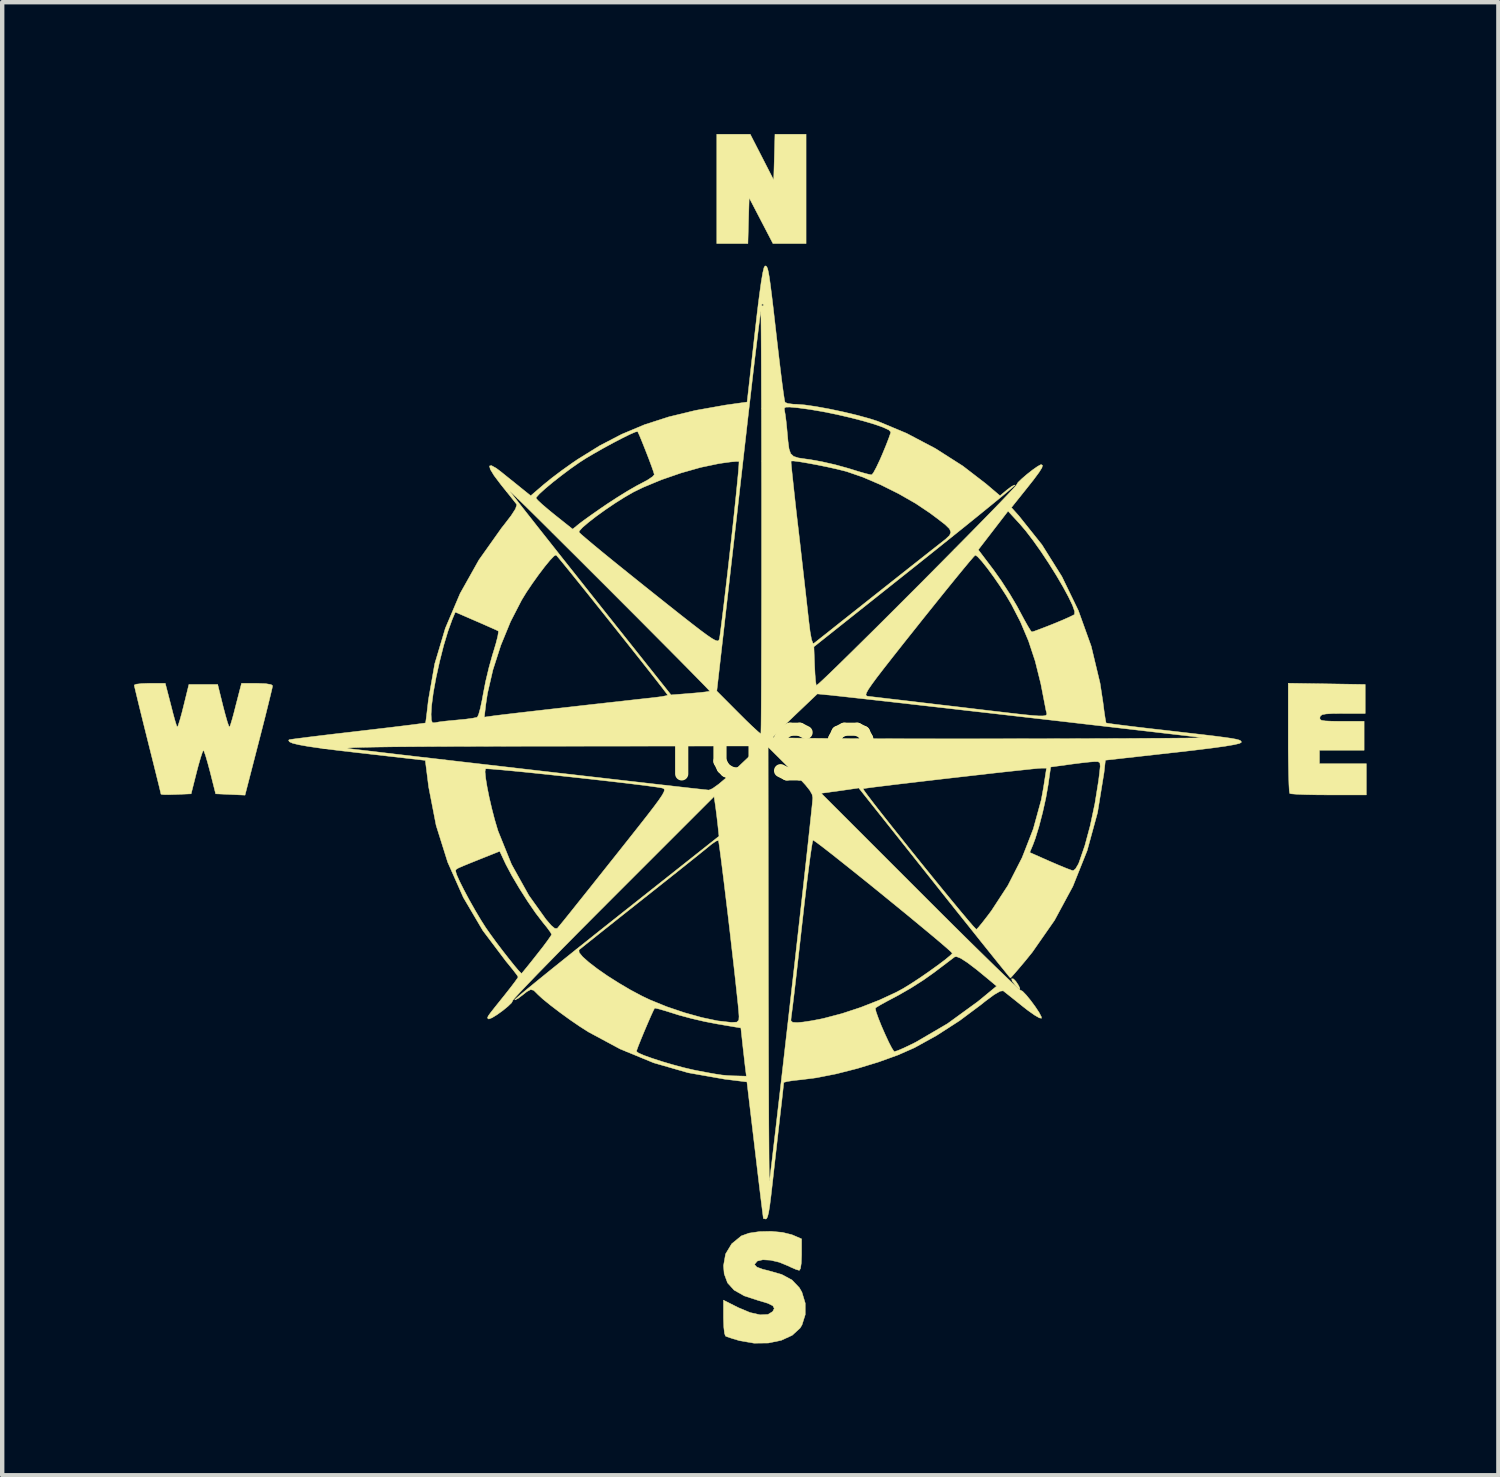
<source format=kicad_pcb>
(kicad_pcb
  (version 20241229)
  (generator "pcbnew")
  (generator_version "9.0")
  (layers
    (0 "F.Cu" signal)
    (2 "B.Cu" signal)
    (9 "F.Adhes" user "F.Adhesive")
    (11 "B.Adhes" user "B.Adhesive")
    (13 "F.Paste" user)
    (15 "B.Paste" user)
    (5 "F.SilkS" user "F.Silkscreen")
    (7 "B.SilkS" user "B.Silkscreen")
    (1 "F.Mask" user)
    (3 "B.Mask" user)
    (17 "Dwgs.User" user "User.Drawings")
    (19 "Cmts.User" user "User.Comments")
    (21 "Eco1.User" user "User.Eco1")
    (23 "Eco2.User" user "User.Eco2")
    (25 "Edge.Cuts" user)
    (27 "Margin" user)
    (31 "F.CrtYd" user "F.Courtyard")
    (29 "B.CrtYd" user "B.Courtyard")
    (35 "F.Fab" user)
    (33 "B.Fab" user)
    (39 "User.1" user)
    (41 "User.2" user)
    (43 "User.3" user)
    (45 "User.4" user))
  (footprint "rose"
    (layer "F.Cu")
    (at 14.533 13.873)
    (property "Reference" "rose" (at 0 0 0) (layer "F.SilkS") (effects (font (size 1.524 1.524) (thickness 0.3))))
    (attr through_hole)
    (fp_poly (pts (xy 5.477 5.354) (xy 5.486 5.359) (xy 5.537 5.412) (xy 5.591 5.493) (xy 5.626 5.564) (xy 5.623 5.588) (xy 5.578 5.555) (xy 5.52 5.495) (xy 5.454 5.407) (xy 5.438 5.352) (xy 5.477 5.354)) (stroke (width 0.01) (type solid)) (fill yes) (layer "F.SilkS"))
    (fp_poly (pts (xy 0.762 -13.868) (xy 0.762 -11.379) (xy 0.009 -11.379) (xy -0.533 -12.421) (xy -0.548 -11.9) (xy -0.562 -11.379) (xy -1.27 -11.379) (xy -1.27 -13.868) (xy -0.509 -13.868) (xy -0.242 -13.348) (xy 0.025 -12.827) (xy 0.04 -13.348) (xy 0.054 -13.868) (xy 0.408 -13.868) (xy 0.762 -13.868)) (stroke (width 0.01) (type solid)) (fill yes) (layer "F.SilkS"))
    (fp_poly (pts (xy 13.487 -1.346) (xy 13.487 -0.686) (xy 12.98 -0.686) (xy 12.746 -0.684) (xy 12.595 -0.675) (xy 12.508 -0.658) (xy 12.467 -0.628) (xy 12.456 -0.597) (xy 12.457 -0.556) (xy 12.492 -0.53) (xy 12.578 -0.516) (xy 12.733 -0.509) (xy 12.95 -0.508) (xy 13.462 -0.508) (xy 13.462 0.152) (xy 12.446 0.152) (xy 12.446 0.457) (xy 13.513 0.457) (xy 13.513 1.168) (xy 12.658 1.168) (xy 12.373 1.166) (xy 12.124 1.161) (xy 11.929 1.153) (xy 11.805 1.143) (xy 11.769 1.135) (xy 11.759 1.076) (xy 11.751 0.931) (xy 11.744 0.712) (xy 11.739 0.435) (xy 11.735 0.113) (xy 11.735 -0.137) (xy 11.735 -1.374) (xy 13.487 -1.346)) (stroke (width 0.01) (type solid)) (fill yes) (layer "F.SilkS"))
    (fp_poly (pts (xy 0.224 11.124) (xy 0.439 11.177) (xy 0.47 11.19) (xy 0.66 11.272) (xy 0.66 11.631) (xy 0.653 11.823) (xy 0.634 11.948) (xy 0.608 11.989) (xy 0.532 11.967) (xy 0.408 11.913) (xy 0.364 11.891) (xy 0.156 11.805) (xy -0.046 11.757) (xy -0.221 11.747) (xy -0.347 11.776) (xy -0.405 11.845) (xy -0.406 11.862) (xy -0.358 11.914) (xy -0.22 11.965) (xy -0.114 11.99) (xy 0.206 12.081) (xy 0.442 12.208) (xy 0.608 12.382) (xy 0.667 12.484) (xy 0.743 12.736) (xy 0.743 12.996) (xy 0.669 13.231) (xy 0.625 13.303) (xy 0.447 13.466) (xy 0.199 13.58) (xy -0.098 13.642) (xy -0.421 13.646) (xy -0.751 13.589) (xy -0.755 13.588) (xy -0.913 13.541) (xy -1.032 13.501) (xy -1.072 13.484) (xy -1.094 13.423) (xy -1.11 13.288) (xy -1.117 13.104) (xy -1.118 13.061) (xy -1.118 12.666) (xy -0.781 12.836) (xy -0.514 12.948) (xy -0.284 13) (xy -0.105 12.991) (xy 0.002 12.926) (xy 0.038 12.855) (xy 0.006 12.795) (xy -0.105 12.739) (xy -0.306 12.679) (xy -0.323 12.674) (xy -0.645 12.569) (xy -0.876 12.438) (xy -1.025 12.274) (xy -1.102 12.066) (xy -1.117 11.882) (xy -1.07 11.615) (xy -0.931 11.384) (xy -0.711 11.204) (xy -0.536 11.141) (xy -0.299 11.106) (xy -0.034 11.1) (xy 0.224 11.124)) (stroke (width 0.01) (type solid)) (fill yes) (layer "F.SilkS"))
    (fp_poly (pts (xy -13.772 -1.181) (xy -13.731 -1.022) (xy -13.679 -0.82) (xy -13.647 -0.694) (xy -13.603 -0.533) (xy -13.567 -0.416) (xy -13.549 -0.375) (xy -13.529 -0.412) (xy -13.492 -0.527) (xy -13.443 -0.703) (xy -13.406 -0.85) (xy -13.284 -1.346) (xy -12.629 -1.346) (xy -12.506 -0.849) (xy -12.452 -0.644) (xy -12.406 -0.484) (xy -12.372 -0.39) (xy -12.36 -0.374) (xy -12.336 -0.432) (xy -12.298 -0.558) (xy -12.261 -0.694) (xy -12.21 -0.894) (xy -12.16 -1.087) (xy -12.136 -1.181) (xy -12.086 -1.372) (xy -11.733 -1.372) (xy -11.535 -1.364) (xy -11.413 -1.343) (xy -11.379 -1.317) (xy -11.391 -1.255) (xy -11.426 -1.108) (xy -11.479 -0.891) (xy -11.547 -0.617) (xy -11.627 -0.302) (xy -11.693 -0.045) (xy -12.007 1.173) (xy -12.675 1.143) (xy -12.8 0.648) (xy -12.856 0.44) (xy -12.904 0.275) (xy -12.94 0.174) (xy -12.954 0.152) (xy -12.977 0.198) (xy -13.018 0.322) (xy -13.07 0.503) (xy -13.108 0.648) (xy -13.233 1.143) (xy -13.576 1.158) (xy -13.748 1.163) (xy -13.871 1.161) (xy -13.919 1.152) (xy -13.919 1.152) (xy -13.931 1.099) (xy -13.964 0.961) (xy -14.016 0.752) (xy -14.082 0.485) (xy -14.16 0.174) (xy -14.224 -0.082) (xy -14.308 -0.419) (xy -14.383 -0.722) (xy -14.446 -0.98) (xy -14.493 -1.176) (xy -14.522 -1.299) (xy -14.528 -1.333) (xy -14.482 -1.352) (xy -14.36 -1.366) (xy -14.188 -1.372) (xy -14.175 -1.372) (xy -13.822 -1.372) (xy -13.772 -1.181)) (stroke (width 0.01) (type solid)) (fill yes) (layer "F.SilkS"))
    (fp_poly (pts (xy -0.15 -10.868) (xy -0.132 -10.85) (xy -0.114 -10.81) (xy -0.096 -10.735) (xy -0.075 -10.617) (xy -0.051 -10.446) (xy -0.021 -10.211) (xy 0.016 -9.902) (xy 0.061 -9.51) (xy 0.102 -9.152) (xy 0.144 -8.793) (xy 0.183 -8.467) (xy 0.218 -8.188) (xy 0.248 -7.969) (xy 0.27 -7.824) (xy 0.283 -7.767) (xy 0.346 -7.74) (xy 0.474 -7.724) (xy 0.543 -7.722) (xy 0.729 -7.708) (xy 0.986 -7.671) (xy 1.289 -7.616) (xy 1.61 -7.548) (xy 1.924 -7.473) (xy 2.205 -7.396) (xy 2.395 -7.335) (xy 3.048 -7.062) (xy 3.705 -6.716) (xy 4.329 -6.318) (xy 4.854 -5.914) (xy 5.176 -5.641) (xy 5.333 -5.773) (xy 5.437 -5.851) (xy 5.504 -5.884) (xy 5.514 -5.882) (xy 5.48 -5.847) (xy 5.373 -5.755) (xy 5.2 -5.611) (xy 4.968 -5.421) (xy 4.684 -5.19) (xy 4.355 -4.924) (xy 3.988 -4.63) (xy 3.59 -4.311) (xy 3.239 -4.031) (xy 0.94 -2.204) (xy 0.956 -1.776) (xy 0.966 -1.578) (xy 0.979 -1.422) (xy 0.992 -1.334) (xy 0.996 -1.324) (xy 1.036 -1.353) (xy 1.14 -1.448) (xy 1.3 -1.6) (xy 1.509 -1.803) (xy 1.76 -2.049) (xy 2.046 -2.331) (xy 2.359 -2.64) (xy 2.691 -2.971) (xy 3.036 -3.316) (xy 3.386 -3.666) (xy 3.733 -4.016) (xy 4.071 -4.357) (xy 4.124 -4.411) (xy 4.681 -4.411) (xy 5.026 -3.956) (xy 5.204 -3.705) (xy 5.391 -3.416) (xy 5.557 -3.136) (xy 5.619 -3.021) (xy 5.724 -2.825) (xy 5.813 -2.667) (xy 5.875 -2.567) (xy 5.899 -2.541) (xy 5.957 -2.558) (xy 6.087 -2.606) (xy 6.266 -2.675) (xy 6.382 -2.721) (xy 6.581 -2.803) (xy 6.744 -2.875) (xy 6.847 -2.925) (xy 6.871 -2.94) (xy 6.874 -3.009) (xy 6.826 -3.147) (xy 6.734 -3.339) (xy 6.609 -3.57) (xy 6.458 -3.828) (xy 6.289 -4.098) (xy 6.112 -4.366) (xy 5.934 -4.617) (xy 5.764 -4.839) (xy 5.631 -4.995) (xy 5.359 -5.291) (xy 4.681 -4.411) (xy 4.124 -4.411) (xy 4.392 -4.682) (xy 4.689 -4.984) (xy 4.954 -5.255) (xy 5.18 -5.488) (xy 5.36 -5.676) (xy 5.486 -5.812) (xy 5.551 -5.887) (xy 5.558 -5.9) (xy 5.585 -5.944) (xy 5.67 -6.026) (xy 5.788 -6.128) (xy 5.917 -6.229) (xy 6.031 -6.309) (xy 6.105 -6.349) (xy 6.113 -6.35) (xy 6.143 -6.333) (xy 6.129 -6.277) (xy 6.063 -6.172) (xy 5.941 -6.007) (xy 5.791 -5.817) (xy 5.435 -5.372) (xy 5.601 -5.188) (xy 6.129 -4.527) (xy 6.583 -3.803) (xy 6.959 -3.028) (xy 7.251 -2.216) (xy 7.452 -1.377) (xy 7.519 -0.941) (xy 7.545 -0.738) (xy 7.569 -0.578) (xy 7.586 -0.484) (xy 7.591 -0.469) (xy 7.644 -0.46) (xy 7.784 -0.44) (xy 7.998 -0.413) (xy 8.273 -0.379) (xy 8.595 -0.341) (xy 8.922 -0.304) (xy 9.387 -0.25) (xy 9.762 -0.207) (xy 10.056 -0.172) (xy 10.278 -0.143) (xy 10.439 -0.12) (xy 10.548 -0.1) (xy 10.616 -0.082) (xy 10.652 -0.064) (xy 10.666 -0.046) (xy 10.668 -0.029) (xy 10.629 -0.005) (xy 10.508 0.024) (xy 10.303 0.059) (xy 10.008 0.1) (xy 9.62 0.148) (xy 9.135 0.204) (xy 9.121 0.205) (xy 7.574 0.378) (xy 7.543 0.659) (xy 7.395 1.572) (xy 7.159 2.435) (xy 6.833 3.25) (xy 6.417 4.021) (xy 5.911 4.747) (xy 5.755 4.94) (xy 5.616 5.105) (xy 5.503 5.236) (xy 5.431 5.317) (xy 5.412 5.334) (xy 5.378 5.295) (xy 5.288 5.184) (xy 5.145 5.008) (xy 4.957 4.774) (xy 4.729 4.49) (xy 4.467 4.161) (xy 4.176 3.797) (xy 3.863 3.404) (xy 3.679 3.172) (xy 1.974 1.027) (xy 2.059 1.027) (xy 2.084 1.071) (xy 2.166 1.183) (xy 2.296 1.354) (xy 2.466 1.572) (xy 2.668 1.828) (xy 2.894 2.111) (xy 3.134 2.412) (xy 3.382 2.72) (xy 3.629 3.025) (xy 3.866 3.316) (xy 4.086 3.584) (xy 4.281 3.819) (xy 4.441 4.01) (xy 4.559 4.147) (xy 4.627 4.219) (xy 4.64 4.228) (xy 4.687 4.18) (xy 4.778 4.068) (xy 4.899 3.912) (xy 4.982 3.801) (xy 5.355 3.229) (xy 5.676 2.6) (xy 5.725 2.477) (xy 5.852 2.477) (xy 6.317 2.683) (xy 6.52 2.77) (xy 6.69 2.84) (xy 6.806 2.883) (xy 6.84 2.892) (xy 6.893 2.852) (xy 6.956 2.746) (xy 6.974 2.705) (xy 7.107 2.319) (xy 7.23 1.861) (xy 7.336 1.359) (xy 7.419 0.842) (xy 7.44 0.673) (xy 7.456 0.518) (xy 7.449 0.44) (xy 7.409 0.412) (xy 7.33 0.41) (xy 7.214 0.419) (xy 7.032 0.439) (xy 6.818 0.466) (xy 6.759 0.474) (xy 6.329 0.533) (xy 6.271 0.94) (xy 6.219 1.237) (xy 6.147 1.562) (xy 6.064 1.881) (xy 5.979 2.158) (xy 5.923 2.309) (xy 5.852 2.477) (xy 5.725 2.477) (xy 5.933 1.941) (xy 6.114 1.282) (xy 6.165 1.003) (xy 6.234 0.559) (xy 6.119 0.559) (xy 6.043 0.564) (xy 5.882 0.58) (xy 5.65 0.605) (xy 5.36 0.636) (xy 5.024 0.673) (xy 4.656 0.715) (xy 4.27 0.759) (xy 3.877 0.804) (xy 3.492 0.849) (xy 3.127 0.892) (xy 2.795 0.931) (xy 2.509 0.966) (xy 2.283 0.994) (xy 2.129 1.015) (xy 2.061 1.026) (xy 2.059 1.027) (xy 1.974 1.027) (xy 1.962 1.01) (xy 1.781 1.037) (xy 1.615 1.061) (xy 1.418 1.089) (xy 1.353 1.097) (xy 1.106 1.131) (xy 3.357 3.382) (xy 3.752 3.777) (xy 4.126 4.149) (xy 4.473 4.492) (xy 4.787 4.8) (xy 5.061 5.068) (xy 5.29 5.289) (xy 5.466 5.457) (xy 5.585 5.567) (xy 5.639 5.611) (xy 5.641 5.612) (xy 5.689 5.636) (xy 5.773 5.723) (xy 5.875 5.848) (xy 5.978 5.988) (xy 6.064 6.118) (xy 6.115 6.215) (xy 6.12 6.251) (xy 6.07 6.242) (xy 5.961 6.179) (xy 5.811 6.073) (xy 5.699 5.986) (xy 5.526 5.847) (xy 5.378 5.729) (xy 5.277 5.649) (xy 5.248 5.626) (xy 5.179 5.635) (xy 5.042 5.714) (xy 4.837 5.866) (xy 4.74 5.944) (xy 4.255 6.306) (xy 3.728 6.646) (xy 3.226 6.923) (xy 2.851 7.088) (xy 2.407 7.248) (xy 1.928 7.394) (xy 1.445 7.517) (xy 0.992 7.606) (xy 0.662 7.648) (xy 0.473 7.668) (xy 0.331 7.69) (xy 0.258 7.71) (xy 0.254 7.715) (xy 0.248 7.774) (xy 0.233 7.916) (xy 0.21 8.125) (xy 0.18 8.384) (xy 0.154 8.611) (xy 0.116 8.942) (xy 0.078 9.28) (xy 0.042 9.596) (xy 0.013 9.857) (xy 0.002 9.957) (xy -0.035 10.282) (xy -0.065 10.518) (xy -0.091 10.677) (xy -0.116 10.772) (xy -0.141 10.815) (xy -0.157 10.82) (xy -0.208 10.809) (xy -0.21 10.808) (xy -0.217 10.756) (xy -0.235 10.616) (xy -0.262 10.399) (xy -0.296 10.119) (xy -0.336 9.787) (xy -0.38 9.416) (xy -0.4 9.248) (xy -0.584 7.7) (xy -1.092 7.637) (xy -1.921 7.491) (xy -2.707 7.265) (xy -3.337 7.005) (xy -3.099 7.005) (xy -3.053 7.041) (xy -2.928 7.096) (xy -2.743 7.162) (xy -2.519 7.235) (xy -2.275 7.307) (xy -2.03 7.373) (xy -1.804 7.426) (xy -1.736 7.44) (xy -1.477 7.489) (xy -1.29 7.522) (xy -1.15 7.543) (xy -1.029 7.554) (xy -0.901 7.561) (xy -0.844 7.562) (xy -0.597 7.569) (xy -0.627 7.328) (xy -0.649 7.135) (xy -0.675 6.907) (xy -0.689 6.779) (xy -0.722 6.472) (xy -1.258 6.381) (xy -1.544 6.326) (xy -1.852 6.254) (xy -2.131 6.179) (xy -2.23 6.148) (xy -2.424 6.087) (xy -2.578 6.042) (xy -2.669 6.021) (xy -2.683 6.02) (xy -2.713 6.075) (xy -2.77 6.199) (xy -2.843 6.367) (xy -2.923 6.555) (xy -2.998 6.737) (xy -3.059 6.889) (xy -3.094 6.986) (xy -3.099 7.005) (xy -3.337 7.005) (xy -3.469 6.951) (xy -4.191 6.563) (xy -4.386 6.439) (xy -4.611 6.285) (xy -4.841 6.118) (xy -5.056 5.954) (xy -5.232 5.811) (xy -5.348 5.704) (xy -5.355 5.696) (xy -5.436 5.616) (xy -5.505 5.598) (xy -5.593 5.645) (xy -5.688 5.721) (xy -5.792 5.799) (xy -5.86 5.833) (xy -5.87 5.831) (xy -5.835 5.797) (xy -5.728 5.704) (xy -5.554 5.561) (xy -5.322 5.371) (xy -5.037 5.14) (xy -4.707 4.875) (xy -4.484 4.696) (xy -4.407 4.696) (xy -4.403 4.754) (xy -4.324 4.851) (xy -4.181 4.978) (xy -3.987 5.127) (xy -3.757 5.287) (xy -3.501 5.449) (xy -3.235 5.606) (xy -2.97 5.747) (xy -2.791 5.832) (xy -2.408 5.988) (xy -2.006 6.124) (xy -1.611 6.234) (xy -1.25 6.31) (xy -0.949 6.344) (xy -0.927 6.345) (xy -0.813 6.338) (xy -0.769 6.292) (xy -0.764 6.21) (xy -0.77 6.118) (xy -0.786 5.944) (xy -0.812 5.701) (xy -0.844 5.402) (xy -0.882 5.06) (xy -0.925 4.689) (xy -0.969 4.302) (xy -1.015 3.911) (xy -1.061 3.531) (xy -1.104 3.174) (xy -1.144 2.854) (xy -1.178 2.584) (xy -1.206 2.376) (xy -1.225 2.245) (xy -1.234 2.204) (xy -1.284 2.218) (xy -1.38 2.283) (xy -1.43 2.323) (xy -1.51 2.389) (xy -1.659 2.509) (xy -1.866 2.675) (xy -2.121 2.879) (xy -2.413 3.111) (xy -2.732 3.364) (xy -2.972 3.554) (xy -3.297 3.811) (xy -3.598 4.05) (xy -3.866 4.263) (xy -4.09 4.442) (xy -4.262 4.579) (xy -4.371 4.667) (xy -4.407 4.696) (xy -4.484 4.696) (xy -4.338 4.58) (xy -3.938 4.261) (xy -3.556 3.958) (xy -1.22 2.108) (xy -1.247 1.854) (xy -1.27 1.655) (xy -1.295 1.46) (xy -1.303 1.403) (xy -1.332 1.205) (xy -3.635 3.508) (xy -4.034 3.908) (xy -4.411 4.287) (xy -4.759 4.639) (xy -5.072 4.959) (xy -5.345 5.238) (xy -5.571 5.473) (xy -5.745 5.656) (xy -5.861 5.781) (xy -5.912 5.843) (xy -5.914 5.848) (xy -5.938 5.897) (xy -6.022 5.979) (xy -6.142 6.077) (xy -6.271 6.17) (xy -6.385 6.24) (xy -6.457 6.268) (xy -6.465 6.266) (xy -6.483 6.253) (xy -6.487 6.233) (xy -6.468 6.194) (xy -6.415 6.121) (xy -6.321 6.001) (xy -6.176 5.82) (xy -6.105 5.732) (xy -5.972 5.563) (xy -5.867 5.425) (xy -5.803 5.335) (xy -5.791 5.311) (xy -5.822 5.261) (xy -5.904 5.154) (xy -6.021 5.01) (xy -6.065 4.957) (xy -6.595 4.254) (xy -7.039 3.5) (xy -7.306 2.898) (xy -7.214 2.898) (xy -7.214 2.904) (xy -7.189 2.987) (xy -7.122 3.137) (xy -7.023 3.334) (xy -6.903 3.559) (xy -6.772 3.791) (xy -6.641 4.012) (xy -6.527 4.191) (xy -6.421 4.342) (xy -6.29 4.522) (xy -6.146 4.712) (xy -6.003 4.895) (xy -5.875 5.055) (xy -5.776 5.172) (xy -5.719 5.229) (xy -5.713 5.232) (xy -5.681 5.195) (xy -5.599 5.095) (xy -5.48 4.947) (xy -5.368 4.805) (xy -5.229 4.628) (xy -5.118 4.479) (xy -5.048 4.378) (xy -5.029 4.343) (xy -5.059 4.288) (xy -5.138 4.181) (xy -5.232 4.065) (xy -5.392 3.856) (xy -5.576 3.588) (xy -5.763 3.294) (xy -5.934 3.005) (xy -6.067 2.755) (xy -6.089 2.709) (xy -6.21 2.45) (xy -6.648 2.625) (xy -6.887 2.721) (xy -7.046 2.786) (xy -7.143 2.828) (xy -7.193 2.856) (xy -7.211 2.877) (xy -7.214 2.898) (xy -7.306 2.898) (xy -7.394 2.7) (xy -7.658 1.86) (xy -7.828 0.985) (xy -7.84 0.889) (xy -7.871 0.642) (xy -6.544 0.642) (xy -6.53 0.787) (xy -6.497 0.988) (xy -6.449 1.227) (xy -6.39 1.481) (xy -6.325 1.732) (xy -6.258 1.958) (xy -6.247 1.992) (xy -5.942 2.747) (xy -5.548 3.454) (xy -5.161 3.996) (xy -5.038 4.139) (xy -4.957 4.206) (xy -4.903 4.206) (xy -4.895 4.199) (xy -4.852 4.147) (xy -4.752 4.025) (xy -4.604 3.841) (xy -4.415 3.604) (xy -4.191 3.324) (xy -3.94 3.008) (xy -3.669 2.667) (xy -3.609 2.592) (xy -3.298 2.2) (xy -3.046 1.881) (xy -2.846 1.626) (xy -2.694 1.428) (xy -2.585 1.28) (xy -2.513 1.173) (xy -2.474 1.101) (xy -2.461 1.056) (xy -2.471 1.03) (xy -2.497 1.016) (xy -2.523 1.009) (xy -2.623 0.992) (xy -2.804 0.967) (xy -3.053 0.935) (xy -3.357 0.898) (xy -3.702 0.858) (xy -4.075 0.816) (xy -4.464 0.773) (xy -4.855 0.731) (xy -5.234 0.691) (xy -5.589 0.654) (xy -5.906 0.623) (xy -6.173 0.598) (xy -6.375 0.581) (xy -6.5 0.573) (xy -6.535 0.575) (xy -6.544 0.642) (xy -7.871 0.642) (xy -7.904 0.382) (xy -9.425 0.209) (xy -9.899 0.154) (xy -10.266 0.107) (xy -9.679 0.107) (xy -9.652 0.112) (xy -9.503 0.131) (xy -9.271 0.158) (xy -8.965 0.194) (xy -8.595 0.238) (xy -8.169 0.288) (xy -7.698 0.342) (xy -7.191 0.401) (xy -6.656 0.463) (xy -6.103 0.527) (xy -5.541 0.592) (xy -4.98 0.657) (xy -4.429 0.72) (xy -3.897 0.781) (xy -3.394 0.839) (xy -2.928 0.892) (xy -2.509 0.94) (xy -2.147 0.981) (xy -1.85 1.015) (xy -1.629 1.039) (xy -1.491 1.054) (xy -1.448 1.058) (xy -1.368 1.024) (xy -1.228 0.924) (xy -1.038 0.764) (xy -0.813 0.558) (xy -0.305 0.078) (xy -0.102 0.078) (xy -0.096 5.056) (xy -0.095 5.755) (xy -0.093 6.424) (xy -0.092 7.056) (xy -0.09 7.643) (xy -0.088 8.179) (xy -0.086 8.658) (xy -0.083 9.072) (xy -0.081 9.415) (xy -0.078 9.68) (xy -0.075 9.86) (xy -0.073 9.949) (xy -0.071 9.957) (xy -0.063 9.896) (xy -0.044 9.741) (xy -0.015 9.501) (xy 0.022 9.182) (xy 0.068 8.793) (xy 0.12 8.34) (xy 0.179 7.832) (xy 0.243 7.275) (xy 0.311 6.678) (xy 0.354 6.305) (xy 0.416 6.305) (xy 0.457 6.343) (xy 0.567 6.349) (xy 0.696 6.337) (xy 0.887 6.308) (xy 1.106 6.266) (xy 1.172 6.251) (xy 1.579 6.144) (xy 1.947 6.023) (xy 2.337 6.023) (xy 2.356 6.107) (xy 2.407 6.25) (xy 2.478 6.428) (xy 2.56 6.615) (xy 2.641 6.79) (xy 2.712 6.927) (xy 2.761 7.003) (xy 2.773 7.01) (xy 2.846 6.988) (xy 2.984 6.929) (xy 3.164 6.843) (xy 3.262 6.794) (xy 3.98 6.374) (xy 4.67 5.872) (xy 4.75 5.807) (xy 5.098 5.52) (xy 4.924 5.374) (xy 4.647 5.146) (xy 4.435 4.985) (xy 4.284 4.887) (xy 4.186 4.848) (xy 4.144 4.854) (xy 4.078 4.904) (xy 3.951 5) (xy 3.786 5.125) (xy 3.674 5.21) (xy 3.434 5.38) (xy 3.152 5.56) (xy 2.878 5.718) (xy 2.802 5.759) (xy 2.609 5.861) (xy 2.455 5.946) (xy 2.359 6.004) (xy 2.337 6.023) (xy 1.947 6.023) (xy 2.012 6.001) (xy 2.435 5.835) (xy 2.811 5.661) (xy 2.972 5.574) (xy 3.146 5.467) (xy 3.349 5.334) (xy 3.559 5.189) (xy 3.758 5.046) (xy 3.927 4.919) (xy 4.045 4.821) (xy 4.091 4.773) (xy 4.057 4.736) (xy 3.954 4.644) (xy 3.792 4.505) (xy 3.58 4.327) (xy 3.33 4.12) (xy 3.052 3.89) (xy 2.754 3.647) (xy 2.449 3.398) (xy 2.145 3.152) (xy 1.853 2.918) (xy 1.583 2.703) (xy 1.346 2.515) (xy 1.151 2.363) (xy 1.009 2.256) (xy 0.93 2.201) (xy 0.92 2.196) (xy 0.907 2.242) (xy 0.884 2.378) (xy 0.853 2.593) (xy 0.816 2.877) (xy 0.773 3.219) (xy 0.727 3.607) (xy 0.679 4.032) (xy 0.668 4.127) (xy 0.619 4.565) (xy 0.572 4.977) (xy 0.53 5.349) (xy 0.493 5.67) (xy 0.462 5.927) (xy 0.439 6.109) (xy 0.426 6.204) (xy 0.425 6.21) (xy 0.416 6.305) (xy 0.354 6.305) (xy 0.383 6.047) (xy 0.431 5.627) (xy 0.505 4.978) (xy 0.575 4.355) (xy 0.641 3.767) (xy 0.702 3.221) (xy 0.757 2.725) (xy 0.805 2.287) (xy 0.845 1.915) (xy 0.877 1.615) (xy 0.9 1.396) (xy 0.912 1.265) (xy 0.914 1.232) (xy 0.899 1.157) (xy 0.846 1.063) (xy 0.746 0.938) (xy 0.588 0.768) (xy 0.406 0.584) (xy -0.102 0.078) (xy -0.305 0.078) (xy -0.279 0.054) (xy -5.156 0.059) (xy -6.05 0.06) (xy -6.843 0.063) (xy -7.536 0.065) (xy -8.131 0.069) (xy -8.627 0.073) (xy -9.027 0.079) (xy -9.332 0.085) (xy -9.541 0.091) (xy -9.656 0.099) (xy -9.679 0.107) (xy -10.266 0.107) (xy -10.278 0.106) (xy -10.571 0.064) (xy -10.783 0.026) (xy -10.923 -0.008) (xy -10.997 -0.041) (xy -11.014 -0.073) (xy -11.004 -0.088) (xy -10.952 -0.097) (xy -10.811 -0.116) (xy -10.594 -0.143) (xy -10.592 -0.144) (xy 0.008 -0.144) (xy 0.056 -0.138) (xy 0.198 -0.132) (xy 0.427 -0.127) (xy 0.738 -0.123) (xy 1.123 -0.119) (xy 1.576 -0.115) (xy 2.088 -0.112) (xy 2.655 -0.11) (xy 3.268 -0.109) (xy 3.92 -0.108) (xy 4.606 -0.108) (xy 4.936 -0.109) (xy 5.633 -0.11) (xy 6.298 -0.111) (xy 6.926 -0.113) (xy 7.509 -0.115) (xy 8.04 -0.117) (xy 8.513 -0.12) (xy 8.922 -0.122) (xy 9.259 -0.125) (xy 9.518 -0.127) (xy 9.692 -0.13) (xy 9.774 -0.133) (xy 9.779 -0.134) (xy 9.714 -0.143) (xy 9.557 -0.162) (xy 9.318 -0.19) (xy 9.005 -0.226) (xy 8.629 -0.27) (xy 8.197 -0.32) (xy 7.72 -0.375) (xy 7.206 -0.434) (xy 6.664 -0.497) (xy 6.105 -0.561) (xy 5.537 -0.626) (xy 4.969 -0.691) (xy 4.411 -0.754) (xy 3.871 -0.816) (xy 3.359 -0.874) (xy 2.884 -0.928) (xy 2.456 -0.976) (xy 2.083 -1.018) (xy 1.775 -1.052) (xy 1.541 -1.078) (xy 1.39 -1.094) (xy 1.36 -1.098) (xy 1.184 -1.115) (xy 2.124 -1.115) (xy 2.132 -1.09) (xy 2.158 -1.079) (xy 2.173 -1.077) (xy 2.254 -1.067) (xy 2.424 -1.047) (xy 2.67 -1.018) (xy 2.98 -0.982) (xy 3.342 -0.939) (xy 3.743 -0.891) (xy 4.166 -0.842) (xy 4.682 -0.78) (xy 5.106 -0.73) (xy 5.447 -0.69) (xy 5.713 -0.66) (xy 5.914 -0.64) (xy 6.057 -0.63) (xy 6.153 -0.63) (xy 6.21 -0.638) (xy 6.236 -0.655) (xy 6.241 -0.681) (xy 6.233 -0.715) (xy 6.221 -0.758) (xy 6.218 -0.775) (xy 6.104 -1.364) (xy 5.976 -1.877) (xy 5.824 -2.337) (xy 5.642 -2.768) (xy 5.437 -3.166) (xy 5.319 -3.366) (xy 5.179 -3.582) (xy 5.031 -3.796) (xy 4.888 -3.991) (xy 4.761 -4.15) (xy 4.665 -4.255) (xy 4.614 -4.29) (xy 4.576 -4.252) (xy 4.482 -4.143) (xy 4.339 -3.971) (xy 4.153 -3.744) (xy 3.932 -3.472) (xy 3.682 -3.161) (xy 3.41 -2.822) (xy 3.307 -2.692) (xy 2.99 -2.294) (xy 2.732 -1.967) (xy 2.527 -1.705) (xy 2.37 -1.501) (xy 2.257 -1.347) (xy 2.181 -1.236) (xy 2.139 -1.161) (xy 2.124 -1.115) (xy 1.184 -1.115) (xy 1.018 -1.131) (xy 0.522 -0.659) (xy 0.338 -0.482) (xy 0.182 -0.328) (xy 0.069 -0.213) (xy 0.012 -0.15) (xy 0.008 -0.144) (xy -10.592 -0.144) (xy -10.314 -0.178) (xy -9.982 -0.218) (xy -9.61 -0.261) (xy -9.448 -0.28) (xy -9.065 -0.325) (xy -8.716 -0.366) (xy -8.413 -0.403) (xy -8.169 -0.433) (xy -7.997 -0.456) (xy -7.908 -0.468) (xy -7.899 -0.471) (xy -7.89 -0.523) (xy -7.873 -0.654) (xy -7.871 -0.67) (xy -7.772 -0.67) (xy -7.766 -0.533) (xy -7.741 -0.476) (xy -7.686 -0.476) (xy -7.684 -0.476) (xy -7.593 -0.493) (xy -7.432 -0.513) (xy -7.231 -0.532) (xy -7.181 -0.537) (xy -6.983 -0.556) (xy -6.823 -0.578) (xy -6.729 -0.598) (xy -6.721 -0.602) (xy -6.561 -0.602) (xy -6.341 -0.633) (xy -6.237 -0.646) (xy -6.045 -0.669) (xy -5.782 -0.7) (xy -5.461 -0.737) (xy -5.096 -0.779) (xy -4.704 -0.823) (xy -4.547 -0.841) (xy -4.142 -0.887) (xy -3.757 -0.93) (xy -3.406 -0.969) (xy -3.105 -1.003) (xy -2.869 -1.029) (xy -2.713 -1.046) (xy -2.68 -1.05) (xy -2.523 -1.07) (xy -2.417 -1.091) (xy -2.388 -1.104) (xy -2.418 -1.147) (xy -2.504 -1.26) (xy -2.637 -1.431) (xy -2.809 -1.651) (xy -3.012 -1.908) (xy -3.238 -2.193) (xy -3.477 -2.494) (xy -3.723 -2.803) (xy -3.967 -3.108) (xy -4.2 -3.4) (xy -4.415 -3.667) (xy -4.603 -3.9) (xy -4.755 -4.087) (xy -4.865 -4.22) (xy -4.923 -4.287) (xy -4.929 -4.293) (xy -4.976 -4.267) (xy -5.067 -4.172) (xy -5.187 -4.026) (xy -5.325 -3.844) (xy -5.468 -3.644) (xy -5.604 -3.442) (xy -5.711 -3.267) (xy -5.964 -2.776) (xy -6.186 -2.235) (xy -6.365 -1.679) (xy -6.489 -1.143) (xy -6.526 -0.898) (xy -6.561 -0.602) (xy -6.721 -0.602) (xy -6.719 -0.603) (xy -6.69 -0.664) (xy -6.652 -0.802) (xy -6.611 -0.994) (xy -6.587 -1.127) (xy -6.531 -1.414) (xy -6.455 -1.732) (xy -6.374 -2.023) (xy -6.356 -2.079) (xy -6.296 -2.28) (xy -6.255 -2.441) (xy -6.239 -2.541) (xy -6.243 -2.562) (xy -6.302 -2.591) (xy -6.433 -2.649) (xy -6.613 -2.729) (xy -6.75 -2.788) (xy -7.221 -2.993) (xy -7.293 -2.821) (xy -7.389 -2.555) (xy -7.487 -2.23) (xy -7.578 -1.87) (xy -7.659 -1.504) (xy -7.722 -1.158) (xy -7.761 -0.859) (xy -7.772 -0.67) (xy -7.871 -0.67) (xy -7.851 -0.842) (xy -7.834 -0.991) (xy -7.69 -1.814) (xy -7.448 -2.625) (xy -7.112 -3.416) (xy -6.684 -4.179) (xy -6.168 -4.907) (xy -6.12 -4.967) (xy -5.951 -5.187) (xy -5.853 -5.339) (xy -5.822 -5.43) (xy -5.828 -5.45) (xy -5.879 -5.514) (xy -5.977 -5.638) (xy -6.059 -5.74) (xy -5.976 -5.74) (xy -5.948 -5.702) (xy -5.862 -5.591) (xy -5.725 -5.414) (xy -5.54 -5.179) (xy -5.314 -4.892) (xy -5.052 -4.561) (xy -4.76 -4.191) (xy -4.443 -3.792) (xy -4.152 -3.424) (xy -2.311 -1.108) (xy -1.88 -1.142) (xy -1.683 -1.159) (xy -1.528 -1.176) (xy -1.441 -1.19) (xy -1.431 -1.193) (xy -1.433 -1.196) (xy -1.27 -1.196) (xy -0.777 -0.701) (xy -0.598 -0.523) (xy -0.445 -0.376) (xy -0.332 -0.273) (xy -0.273 -0.225) (xy -0.267 -0.224) (xy -0.265 -0.276) (xy -0.262 -0.423) (xy -0.26 -0.657) (xy -0.258 -0.972) (xy -0.256 -1.36) (xy -0.255 -1.815) (xy -0.253 -2.329) (xy -0.252 -2.895) (xy -0.251 -3.506) (xy -0.251 -4.156) (xy -0.251 -4.837) (xy -0.251 -5.03) (xy -0.251 -5.719) (xy -0.252 -6.378) (xy -0.252 -6.43) (xy 0.42 -6.43) (xy 0.422 -6.379) (xy 0.435 -6.239) (xy 0.458 -6.024) (xy 0.488 -5.745) (xy 0.524 -5.415) (xy 0.566 -5.047) (xy 0.581 -4.924) (xy 0.629 -4.509) (xy 0.676 -4.095) (xy 0.721 -3.7) (xy 0.761 -3.347) (xy 0.794 -3.053) (xy 0.818 -2.84) (xy 0.818 -2.834) (xy 0.853 -2.552) (xy 0.886 -2.369) (xy 0.918 -2.284) (xy 0.937 -2.28) (xy 0.989 -2.32) (xy 1.11 -2.416) (xy 1.291 -2.559) (xy 1.521 -2.742) (xy 1.79 -2.955) (xy 2.089 -3.192) (xy 2.235 -3.308) (xy 2.56 -3.565) (xy 2.874 -3.814) (xy 3.165 -4.044) (xy 3.42 -4.245) (xy 3.625 -4.407) (xy 3.768 -4.519) (xy 3.797 -4.542) (xy 3.938 -4.653) (xy 4.027 -4.737) (xy 4.057 -4.81) (xy 4.026 -4.888) (xy 3.927 -4.985) (xy 3.756 -5.117) (xy 3.582 -5.247) (xy 3.255 -5.466) (xy 2.87 -5.686) (xy 2.459 -5.891) (xy 2.056 -6.064) (xy 1.693 -6.189) (xy 1.655 -6.2) (xy 1.471 -6.246) (xy 1.252 -6.295) (xy 1.021 -6.342) (xy 0.8 -6.383) (xy 0.611 -6.415) (xy 0.477 -6.432) (xy 0.42 -6.43) (xy -0.252 -6.43) (xy -0.253 -7.001) (xy -0.254 -7.58) (xy -0.254 -7.634) (xy 0.266 -7.634) (xy 0.271 -7.586) (xy 0.271 -7.585) (xy 0.288 -7.489) (xy 0.309 -7.328) (xy 0.328 -7.137) (xy 0.351 -6.882) (xy 0.374 -6.709) (xy 0.411 -6.6) (xy 0.478 -6.537) (xy 0.587 -6.502) (xy 0.754 -6.477) (xy 0.853 -6.464) (xy 1.119 -6.416) (xy 1.423 -6.347) (xy 1.706 -6.269) (xy 1.753 -6.255) (xy 1.956 -6.192) (xy 2.124 -6.144) (xy 2.232 -6.119) (xy 2.257 -6.117) (xy 2.296 -6.166) (xy 2.362 -6.288) (xy 2.444 -6.462) (xy 2.496 -6.582) (xy 2.579 -6.782) (xy 2.644 -6.95) (xy 2.683 -7.061) (xy 2.69 -7.091) (xy 2.644 -7.139) (xy 2.514 -7.199) (xy 2.315 -7.269) (xy 2.064 -7.343) (xy 1.775 -7.418) (xy 1.465 -7.49) (xy 1.149 -7.554) (xy 0.843 -7.606) (xy 0.567 -7.643) (xy 0.393 -7.659) (xy 0.3 -7.657) (xy 0.266 -7.634) (xy -0.254 -7.634) (xy -0.256 -8.109) (xy -0.257 -8.581) (xy -0.259 -8.988) (xy -0.261 -9.323) (xy -0.263 -9.581) (xy -0.265 -9.752) (xy -0.267 -9.831) (xy -0.268 -9.835) (xy -0.277 -9.789) (xy -0.295 -9.652) (xy -0.323 -9.431) (xy -0.359 -9.136) (xy -0.403 -8.777) (xy -0.452 -8.362) (xy -0.505 -7.9) (xy -0.563 -7.4) (xy -0.6 -7.072) (xy -0.667 -6.487) (xy -0.736 -5.881) (xy -0.805 -5.271) (xy -0.873 -4.675) (xy -0.938 -4.109) (xy -0.997 -3.59) (xy -1.049 -3.137) (xy -1.091 -2.767) (xy -1.093 -2.744) (xy -1.27 -1.196) (xy -1.433 -1.196) (xy -1.463 -1.231) (xy -1.56 -1.332) (xy -1.715 -1.49) (xy -1.919 -1.698) (xy -2.166 -1.948) (xy -2.448 -2.232) (xy -2.758 -2.544) (xy -3.088 -2.876) (xy -3.432 -3.22) (xy -3.781 -3.57) (xy -4.129 -3.917) (xy -4.467 -4.255) (xy -4.79 -4.576) (xy -5.027 -4.812) (xy -4.406 -4.812) (xy -4.364 -4.769) (xy -4.25 -4.671) (xy -4.074 -4.523) (xy -3.845 -4.334) (xy -3.57 -4.11) (xy -3.258 -3.859) (xy -2.919 -3.587) (xy -2.816 -3.505) (xy -2.422 -3.191) (xy -2.099 -2.935) (xy -1.841 -2.733) (xy -1.64 -2.578) (xy -1.488 -2.466) (xy -1.379 -2.392) (xy -1.305 -2.351) (xy -1.257 -2.336) (xy -1.23 -2.344) (xy -1.216 -2.368) (xy -1.211 -2.384) (xy -1.198 -2.462) (xy -1.176 -2.63) (xy -1.145 -2.875) (xy -1.107 -3.185) (xy -1.064 -3.549) (xy -1.017 -3.954) (xy -0.968 -4.389) (xy -0.96 -4.456) (xy -0.912 -4.889) (xy -0.869 -5.289) (xy -0.832 -5.646) (xy -0.802 -5.948) (xy -0.779 -6.185) (xy -0.767 -6.345) (xy -0.764 -6.417) (xy -0.765 -6.42) (xy -0.822 -6.422) (xy -0.955 -6.41) (xy -1.139 -6.385) (xy -1.23 -6.371) (xy -1.636 -6.286) (xy -2.084 -6.159) (xy -2.535 -6.003) (xy -2.948 -5.831) (xy -3.164 -5.726) (xy -3.364 -5.611) (xy -3.583 -5.473) (xy -3.805 -5.323) (xy -4.013 -5.173) (xy -4.192 -5.034) (xy -4.326 -4.919) (xy -4.399 -4.838) (xy -4.406 -4.812) (xy -5.027 -4.812) (xy -5.088 -4.873) (xy -5.355 -5.138) (xy -5.584 -5.364) (xy -5.767 -5.543) (xy -5.814 -5.588) (xy -5.385 -5.588) (xy -5.347 -5.541) (xy -5.246 -5.446) (xy -5.098 -5.32) (xy -4.967 -5.213) (xy -4.55 -4.881) (xy -4.396 -5.006) (xy -4.29 -5.086) (xy -4.125 -5.204) (xy -3.925 -5.344) (xy -3.759 -5.457) (xy -3.53 -5.606) (xy -3.297 -5.75) (xy -3.092 -5.868) (xy -2.985 -5.924) (xy -2.834 -6.006) (xy -2.728 -6.078) (xy -2.692 -6.122) (xy -2.71 -6.186) (xy -2.756 -6.317) (xy -2.821 -6.491) (xy -2.895 -6.681) (xy -2.967 -6.862) (xy -3.027 -7.007) (xy -3.066 -7.092) (xy -3.073 -7.102) (xy -3.126 -7.091) (xy -3.248 -7.038) (xy -3.42 -6.953) (xy -3.626 -6.846) (xy -3.845 -6.727) (xy -4.06 -6.605) (xy -4.253 -6.491) (xy -4.393 -6.401) (xy -4.596 -6.259) (xy -4.804 -6.103) (xy -5.003 -5.947) (xy -5.175 -5.803) (xy -5.305 -5.685) (xy -5.376 -5.607) (xy -5.385 -5.588) (xy -5.814 -5.588) (xy -5.897 -5.669) (xy -5.966 -5.733) (xy -5.976 -5.74) (xy -6.059 -5.74) (xy -6.106 -5.798) (xy -6.189 -5.902) (xy -6.339 -6.101) (xy -6.424 -6.241) (xy -6.444 -6.318) (xy -6.399 -6.328) (xy -6.289 -6.267) (xy -6.183 -6.187) (xy -6.013 -6.05) (xy -5.822 -5.897) (xy -5.737 -5.828) (xy -5.504 -5.641) (xy -5.203 -5.9) (xy -5.025 -6.044) (xy -4.797 -6.216) (xy -4.558 -6.386) (xy -4.445 -6.463) (xy -3.938 -6.778) (xy -3.434 -7.04) (xy -2.915 -7.258) (xy -2.362 -7.436) (xy -1.755 -7.583) (xy -1.075 -7.704) (xy -0.734 -7.752) (xy -0.58 -7.773) (xy -0.406 -9.322) (xy -0.35 -9.811) (xy -0.329 -9.982) (xy -0.254 -9.982) (xy -0.229 -9.957) (xy -0.203 -9.982) (xy -0.229 -10.008) (xy -0.254 -9.982) (xy -0.329 -9.982) (xy -0.301 -10.203) (xy -0.26 -10.5) (xy -0.225 -10.709) (xy -0.196 -10.831) (xy -0.172 -10.871) (xy -0.172 -10.871) (xy -0.15 -10.868)) (stroke (width 0.01) (type solid)) (fill yes) (layer "F.SilkS")))
  (gr_rect
    (start -3 -3)
    (end 31.051 30.525)
    (stroke (width 0.1) (type default))
    (fill no)
    (layer "Edge.Cuts")))
</source>
